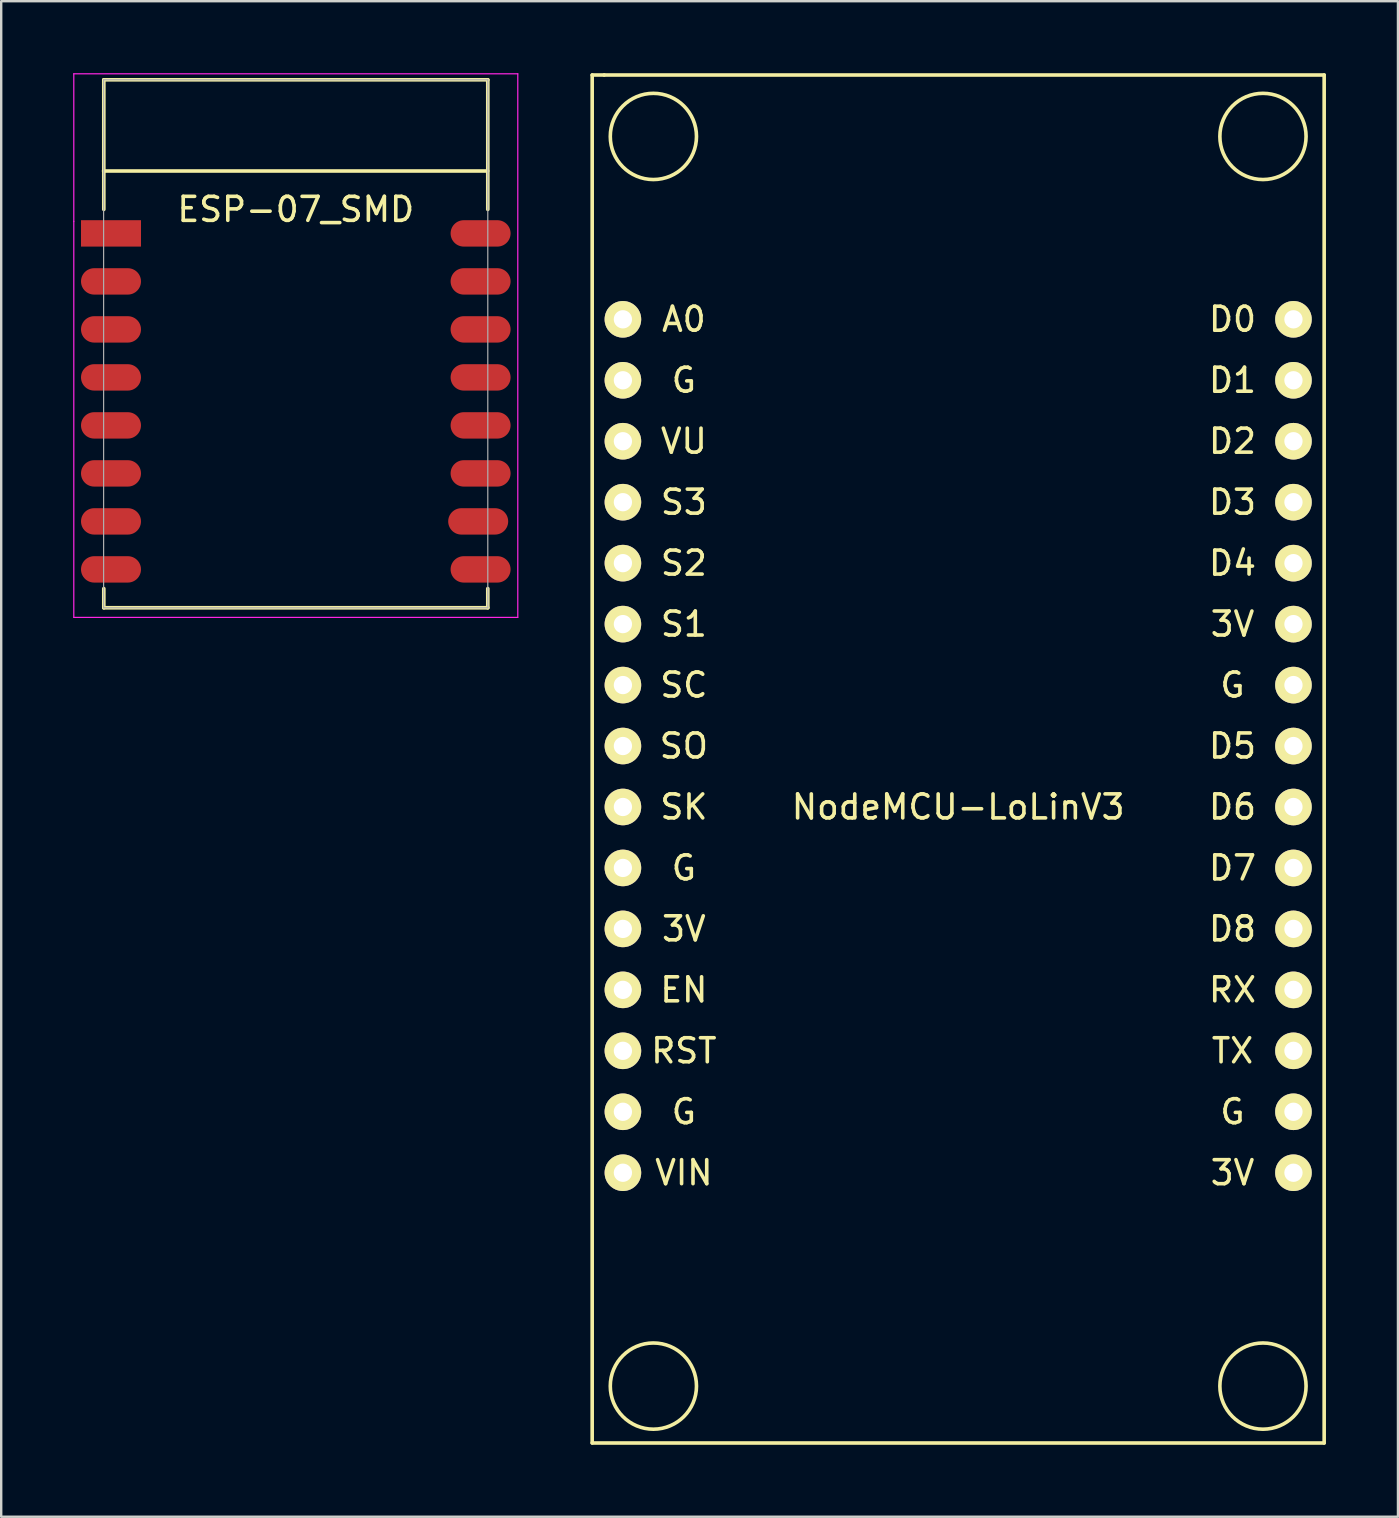
<source format=kicad_pcb>
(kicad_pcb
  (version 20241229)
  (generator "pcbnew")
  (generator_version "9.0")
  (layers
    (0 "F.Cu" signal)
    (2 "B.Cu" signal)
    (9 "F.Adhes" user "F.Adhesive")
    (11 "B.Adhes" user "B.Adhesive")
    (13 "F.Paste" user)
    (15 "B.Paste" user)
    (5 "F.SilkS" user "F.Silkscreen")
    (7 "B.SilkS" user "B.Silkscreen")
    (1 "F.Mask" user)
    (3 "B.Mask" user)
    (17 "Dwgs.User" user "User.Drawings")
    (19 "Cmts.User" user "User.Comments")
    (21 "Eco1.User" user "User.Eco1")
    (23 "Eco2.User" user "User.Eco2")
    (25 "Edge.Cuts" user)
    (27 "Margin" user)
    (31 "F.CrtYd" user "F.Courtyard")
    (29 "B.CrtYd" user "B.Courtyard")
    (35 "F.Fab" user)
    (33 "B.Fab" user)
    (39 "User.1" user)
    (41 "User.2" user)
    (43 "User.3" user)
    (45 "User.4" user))
  (footprint "ESP-07_SMD"
    (layer "F.Cu")
    (at 2.275 6.675)
    (property "Reference" "ESP-07_SMD" (at 7 -1 0) (layer "F.SilkS") (effects (font (size 1 1) (thickness 0.15))))
    (attr through_hole)
    (fp_line (start -1.008 -2.6) (end 14.992 -2.6) (stroke (width 0.152) (type solid)) (layer "F.SilkS"))
    (fp_line (start -1 -6.4) (end -1 -1) (stroke (width 0.152) (type solid)) (layer "F.SilkS"))
    (fp_line (start -1 -6.4) (end 15 -6.4) (stroke (width 0.152) (type solid)) (layer "F.SilkS"))
    (fp_line (start -1 14.8) (end -1 15.6) (stroke (width 0.152) (type solid)) (layer "F.SilkS"))
    (fp_line (start -1 15.6) (end 15 15.6) (stroke (width 0.152) (type solid)) (layer "F.SilkS"))
    (fp_line (start 15 -6.4) (end 15 -1) (stroke (width 0.152) (type solid)) (layer "F.SilkS"))
    (fp_line (start 15 15.6) (end 15 14.8) (stroke (width 0.152) (type solid)) (layer "F.SilkS"))
    (fp_line (start -2.25 -6.65) (end 16.25 -6.65) (stroke (width 0.05) (type solid)) (layer "F.CrtYd"))
    (fp_line (start -2.25 -0.5) (end -2.25 -6.65) (stroke (width 0.05) (type solid)) (layer "F.CrtYd"))
    (fp_line (start -2.25 16) (end -2.25 -0.5) (stroke (width 0.05) (type solid)) (layer "F.CrtYd"))
    (fp_line (start 16.25 -6.65) (end 16.25 16) (stroke (width 0.05) (type solid)) (layer "F.CrtYd"))
    (fp_line (start 16.25 16) (end -2.25 16) (stroke (width 0.05) (type solid)) (layer "F.CrtYd"))
    (fp_line (start -1.008 15.6) (end -1.008 -6.4) (stroke (width 0.05) (type solid)) (layer "F.Fab"))
    (fp_line (start -1 -6.4) (end 15 -6.4) (stroke (width 0.05) (type solid)) (layer "F.Fab"))
    (fp_line (start 15 -6.4) (end 15 15.6) (stroke (width 0.05) (type solid)) (layer "F.Fab"))
    (fp_line (start 15 15.6) (end -1 15.6) (stroke (width 0.05) (type solid)) (layer "F.Fab"))
    (pad "1" smd rect (at 0 0) (size 2.5 1.1) (drill (offset -0.7 0)) (layers "F.Cu" "F.Mask" "F.Paste"))
    (pad "2" smd oval (at 0 2) (size 2.5 1.1) (drill (offset -0.7 0)) (layers "F.Cu" "F.Mask" "F.Paste"))
    (pad "3" smd oval (at 0 4) (size 2.5 1.1) (drill (offset -0.7 0)) (layers "F.Cu" "F.Mask" "F.Paste"))
    (pad "4" smd oval (at 0 6) (size 2.5 1.1) (drill (offset -0.7 0)) (layers "F.Cu" "F.Mask" "F.Paste"))
    (pad "5" smd oval (at 0 8) (size 2.5 1.1) (drill (offset -0.7 0)) (layers "F.Cu" "F.Mask" "F.Paste"))
    (pad "6" smd oval (at 0 10) (size 2.5 1.1) (drill (offset -0.7 0)) (layers "F.Cu" "F.Mask" "F.Paste"))
    (pad "7" smd oval (at 0 12) (size 2.5 1.1) (drill (offset -0.7 0)) (layers "F.Cu" "F.Mask" "F.Paste"))
    (pad "8" smd oval (at 0 14) (size 2.5 1.1) (drill (offset -0.7 0)) (layers "F.Cu" "F.Mask" "F.Paste"))
    (pad "9" smd oval (at 14 14) (size 2.5 1.1) (drill (offset 0.7 0)) (layers "F.Cu" "F.Mask" "F.Paste"))
    (pad "10" smd oval (at 14 12) (size 2.5 1.1) (drill (offset 0.6 0)) (layers "F.Cu" "F.Mask" "F.Paste"))
    (pad "11" smd oval (at 14 10) (size 2.5 1.1) (drill (offset 0.7 0)) (layers "F.Cu" "F.Mask" "F.Paste"))
    (pad "12" smd oval (at 14 8) (size 2.5 1.1) (drill (offset 0.7 0)) (layers "F.Cu" "F.Mask" "F.Paste"))
    (pad "13" smd oval (at 14 6) (size 2.5 1.1) (drill (offset 0.7 0)) (layers "F.Cu" "F.Mask" "F.Paste"))
    (pad "14" smd oval (at 14 4) (size 2.5 1.1) (drill (offset 0.7 0)) (layers "F.Cu" "F.Mask" "F.Paste"))
    (pad "15" smd oval (at 14 2) (size 2.5 1.1) (drill (offset 0.7 0)) (layers "F.Cu" "F.Mask" "F.Paste"))
    (pad "16" smd oval (at 14 0) (size 2.5 1.1) (drill (offset 0.7 0)) (layers "F.Cu" "F.Mask" "F.Paste")))
  (footprint "NodeMCU-LoLinV3"
    (layer "F.Cu")
    (at 36.875 30.575)
    (property "Reference" "NodeMCU-LoLinV3" (at 0 0 0) (layer "F.SilkS") (effects (font (size 1 1) (thickness 0.15))))
    (attr through_hole)
    (fp_line (start -15.25 -30.5) (end -15.25 26.5) (stroke (width 0.15) (type solid)) (layer "F.SilkS"))
    (fp_line (start -15.25 26.5) (end 15.25 26.5) (stroke (width 0.15) (type solid)) (layer "F.SilkS"))
    (fp_line (start -14.75 -30.5) (end -15.25 -30.5) (stroke (width 0.15) (type solid)) (layer "F.SilkS"))
    (fp_line (start 15.25 -30.5) (end -14.75 -30.5) (stroke (width 0.15) (type solid)) (layer "F.SilkS"))
    (fp_line (start 15.25 26.5) (end 15.25 -30.5) (stroke (width 0.15) (type solid)) (layer "F.SilkS"))
    (fp_circle (center -12.7 -27.94) (end -11.43 -29.21) (stroke (width 0.15) (type solid)) (fill no) (layer "F.SilkS"))
    (fp_circle (center -12.7 24.13) (end -11.43 22.86) (stroke (width 0.15) (type solid)) (fill no) (layer "F.SilkS"))
    (fp_circle (center 12.7 -27.94) (end 13.97 -29.21) (stroke (width 0.15) (type solid)) (fill no) (layer "F.SilkS"))
    (fp_circle (center 12.7 24.13) (end 13.97 22.86) (stroke (width 0.15) (type solid)) (fill no) (layer "F.SilkS"))
    (fp_text user "D6" (at 11.43 0 0) (layer "F.SilkS") (effects (font (size 1 1) (thickness 0.15))))
    (fp_text user "RST" (at -11.43 10.16 0) (layer "F.SilkS") (effects (font (size 1 1) (thickness 0.15))))
    (fp_text user "D4" (at 11.43 -10.16 0) (layer "F.SilkS") (effects (font (size 1 1) (thickness 0.15))))
    (fp_text user "EN" (at -11.43 7.62 0) (layer "F.SilkS") (effects (font (size 1 1) (thickness 0.15))))
    (fp_text user "D2" (at 11.43 -15.24 0) (layer "F.SilkS") (effects (font (size 1 1) (thickness 0.15))))
    (fp_text user "S1" (at -11.43 -7.62 0) (layer "F.SilkS") (effects (font (size 1 1) (thickness 0.15))))
    (fp_text user "VIN" (at -11.43 15.24 0) (layer "F.SilkS") (effects (font (size 1 1) (thickness 0.15))))
    (fp_text user "D7" (at 11.43 2.54 0) (layer "F.SilkS") (effects (font (size 1 1) (thickness 0.15))))
    (fp_text user "G" (at 11.43 12.7 0) (layer "F.SilkS") (effects (font (size 1 1) (thickness 0.15))))
    (fp_text user "G" (at -11.43 12.7 0) (layer "F.SilkS") (effects (font (size 1 1) (thickness 0.15))))
    (fp_text user "RX" (at 11.43 7.62 0) (layer "F.SilkS") (effects (font (size 1 1) (thickness 0.15))))
    (fp_text user "3V" (at 11.43 15.24 0) (layer "F.SilkS") (effects (font (size 1 1) (thickness 0.15))))
    (fp_text user "D5" (at 11.43 -2.54 0) (layer "F.SilkS") (effects (font (size 1 1) (thickness 0.15))))
    (fp_text user "G" (at -11.43 -17.78 0) (layer "F.SilkS") (effects (font (size 1 1) (thickness 0.15))))
    (fp_text user "G" (at -11.43 2.54 0) (layer "F.SilkS") (effects (font (size 1 1) (thickness 0.15))))
    (fp_text user "D3" (at 11.43 -12.7 0) (layer "F.SilkS") (effects (font (size 1 1) (thickness 0.15))))
    (fp_text user "TX" (at 11.43 10.16 0) (layer "F.SilkS") (effects (font (size 1 1) (thickness 0.15))))
    (fp_text user "G" (at 11.43 -5.08 0) (layer "F.SilkS") (effects (font (size 1 1) (thickness 0.15))))
    (fp_text user "D0" (at 11.43 -20.32 0) (layer "F.SilkS") (effects (font (size 1 1) (thickness 0.15))))
    (fp_text user "3V" (at -11.43 5.08 0) (layer "F.SilkS") (effects (font (size 1 1) (thickness 0.15))))
    (fp_text user "VU" (at -11.43 -15.24 0) (layer "F.SilkS") (effects (font (size 1 1) (thickness 0.15))))
    (fp_text user "S2" (at -11.43 -10.16 0) (layer "F.SilkS") (effects (font (size 1 1) (thickness 0.15))))
    (fp_text user "3V" (at 11.43 -7.62 0) (layer "F.SilkS") (effects (font (size 1 1) (thickness 0.15))))
    (fp_text user "SC" (at -11.43 -5.08 0) (layer "F.SilkS") (effects (font (size 1 1) (thickness 0.15))))
    (fp_text user "A0" (at -11.43 -20.32 0) (layer "F.SilkS") (effects (font (size 1 1) (thickness 0.15))))
    (fp_text user "D1" (at 11.43 -17.78 0) (layer "F.SilkS") (effects (font (size 1 1) (thickness 0.15))))
    (fp_text user "SK" (at -11.43 0 0) (layer "F.SilkS") (effects (font (size 1 1) (thickness 0.15))))
    (fp_text user "S3" (at -11.43 -12.7 0) (layer "F.SilkS") (effects (font (size 1 1) (thickness 0.15))))
    (fp_text user "SO" (at -11.43 -2.54 0) (layer "F.SilkS") (effects (font (size 1 1) (thickness 0.15))))
    (fp_text user "D8" (at 11.43 5.08 0) (layer "F.SilkS") (effects (font (size 1 1) (thickness 0.15))))
    (pad "1" thru_hole circle (at -13.97 -20.32) (size 1.524 1.524) (drill 0.762) (layers "*.Cu" "*.Mask" "F.SilkS"))
    (pad "2" thru_hole circle (at -13.97 -17.78) (size 1.524 1.524) (drill 0.762) (layers "*.Cu" "*.Mask" "F.SilkS"))
    (pad "3" thru_hole circle (at -13.97 -15.24) (size 1.524 1.524) (drill 0.762) (layers "*.Cu" "*.Mask" "F.SilkS"))
    (pad "4" thru_hole circle (at -13.97 -12.7) (size 1.524 1.524) (drill 0.762) (layers "*.Cu" "*.Mask" "F.SilkS"))
    (pad "5" thru_hole circle (at -13.97 -10.16) (size 1.524 1.524) (drill 0.762) (layers "*.Cu" "*.Mask" "F.SilkS"))
    (pad "6" thru_hole circle (at -13.97 -7.62) (size 1.524 1.524) (drill 0.762) (layers "*.Cu" "*.Mask" "F.SilkS"))
    (pad "7" thru_hole circle (at -13.97 -5.08) (size 1.524 1.524) (drill 0.762) (layers "*.Cu" "*.Mask" "F.SilkS"))
    (pad "8" thru_hole circle (at -13.97 -2.54) (size 1.524 1.524) (drill 0.762) (layers "*.Cu" "*.Mask" "F.SilkS"))
    (pad "9" thru_hole circle (at -13.97 0) (size 1.524 1.524) (drill 0.762) (layers "*.Cu" "*.Mask" "F.SilkS"))
    (pad "10" thru_hole circle (at -13.97 2.54) (size 1.524 1.524) (drill 0.762) (layers "*.Cu" "*.Mask" "F.SilkS"))
    (pad "11" thru_hole circle (at -13.97 5.08) (size 1.524 1.524) (drill 0.762) (layers "*.Cu" "*.Mask" "F.SilkS"))
    (pad "12" thru_hole circle (at -13.97 7.62) (size 1.524 1.524) (drill 0.762) (layers "*.Cu" "*.Mask" "F.SilkS"))
    (pad "13" thru_hole circle (at -13.97 10.16) (size 1.524 1.524) (drill 0.762) (layers "*.Cu" "*.Mask" "F.SilkS"))
    (pad "14" thru_hole circle (at -13.97 12.7) (size 1.524 1.524) (drill 0.762) (layers "*.Cu" "*.Mask" "F.SilkS"))
    (pad "15" thru_hole circle (at -13.97 15.24) (size 1.524 1.524) (drill 0.762) (layers "*.Cu" "*.Mask" "F.SilkS"))
    (pad "16" thru_hole circle (at 13.97 15.24) (size 1.524 1.524) (drill 0.762) (layers "*.Cu" "*.Mask" "F.SilkS"))
    (pad "17" thru_hole circle (at 13.97 12.7) (size 1.524 1.524) (drill 0.762) (layers "*.Cu" "*.Mask" "F.SilkS"))
    (pad "18" thru_hole circle (at 13.97 10.16) (size 1.524 1.524) (drill 0.762) (layers "*.Cu" "*.Mask" "F.SilkS"))
    (pad "19" thru_hole circle (at 13.97 7.62) (size 1.524 1.524) (drill 0.762) (layers "*.Cu" "*.Mask" "F.SilkS"))
    (pad "20" thru_hole circle (at 13.97 5.08) (size 1.524 1.524) (drill 0.762) (layers "*.Cu" "*.Mask" "F.SilkS"))
    (pad "21" thru_hole circle (at 13.97 2.54) (size 1.524 1.524) (drill 0.762) (layers "*.Cu" "*.Mask" "F.SilkS"))
    (pad "22" thru_hole circle (at 13.97 0) (size 1.524 1.524) (drill 0.762) (layers "*.Cu" "*.Mask" "F.SilkS"))
    (pad "23" thru_hole circle (at 13.97 -2.54) (size 1.524 1.524) (drill 0.762) (layers "*.Cu" "*.Mask" "F.SilkS"))
    (pad "24" thru_hole circle (at 13.97 -5.08) (size 1.524 1.524) (drill 0.762) (layers "*.Cu" "*.Mask" "F.SilkS"))
    (pad "25" thru_hole circle (at 13.97 -7.62) (size 1.524 1.524) (drill 0.762) (layers "*.Cu" "*.Mask" "F.SilkS"))
    (pad "26" thru_hole circle (at 13.97 -10.16) (size 1.524 1.524) (drill 0.762) (layers "*.Cu" "*.Mask" "F.SilkS"))
    (pad "27" thru_hole circle (at 13.97 -12.7) (size 1.524 1.524) (drill 0.762) (layers "*.Cu" "*.Mask" "F.SilkS"))
    (pad "28" thru_hole circle (at 13.97 -15.24) (size 1.524 1.524) (drill 0.762) (layers "*.Cu" "*.Mask" "F.SilkS"))
    (pad "29" thru_hole circle (at 13.97 -17.78) (size 1.524 1.524) (drill 0.762) (layers "*.Cu" "*.Mask" "F.SilkS"))
    (pad "30" thru_hole circle (at 13.97 -20.32) (size 1.524 1.524) (drill 0.762) (layers "*.Cu" "*.Mask" "F.SilkS")))
  (gr_rect
    (start -3 -3)
    (end 55.2 60.15)
    (stroke (width 0.1) (type default))
    (fill no)
    (layer "Edge.Cuts")))
</source>
